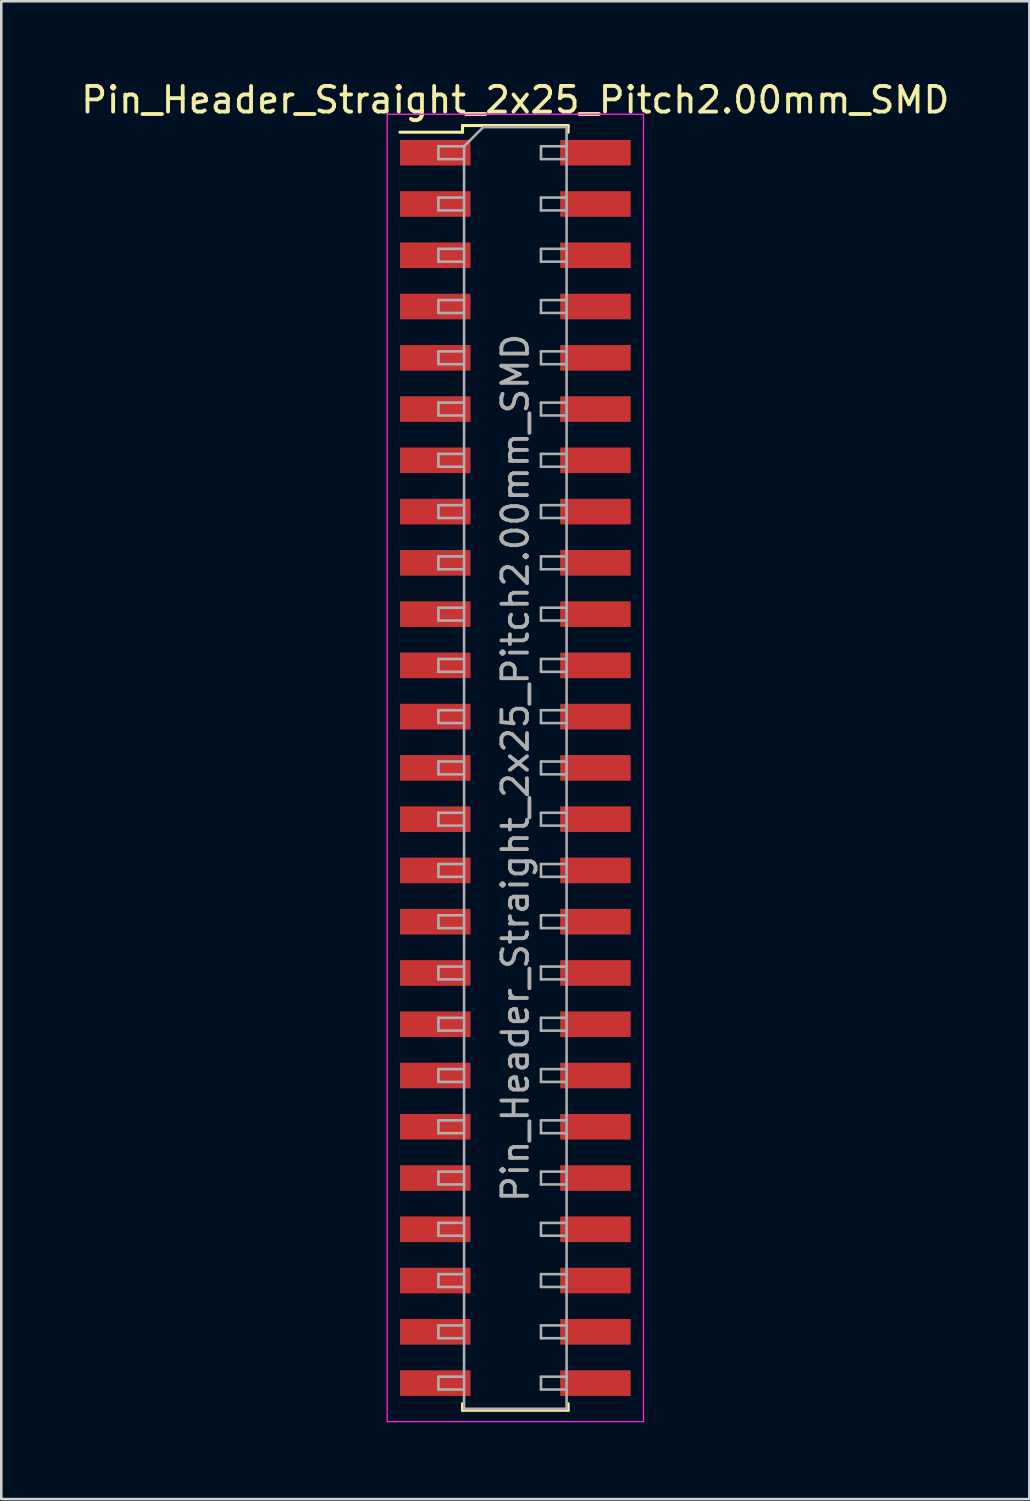
<source format=kicad_pcb>
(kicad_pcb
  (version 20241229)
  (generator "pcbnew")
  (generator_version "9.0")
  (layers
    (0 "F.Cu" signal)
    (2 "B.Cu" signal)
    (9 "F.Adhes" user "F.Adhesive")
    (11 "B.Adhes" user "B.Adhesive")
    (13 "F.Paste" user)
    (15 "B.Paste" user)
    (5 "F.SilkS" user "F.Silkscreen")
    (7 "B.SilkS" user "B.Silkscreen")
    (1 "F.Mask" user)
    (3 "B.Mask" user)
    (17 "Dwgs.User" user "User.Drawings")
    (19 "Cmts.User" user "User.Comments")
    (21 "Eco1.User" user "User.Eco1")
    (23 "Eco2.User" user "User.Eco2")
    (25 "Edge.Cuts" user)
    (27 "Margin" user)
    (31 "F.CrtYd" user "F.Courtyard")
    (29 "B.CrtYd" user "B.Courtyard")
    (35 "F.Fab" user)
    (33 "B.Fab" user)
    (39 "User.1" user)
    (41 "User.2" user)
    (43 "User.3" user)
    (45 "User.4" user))
  (footprint "Pin_Header_Straight_2x25_Pitch2.00mm_SMD"
    (layer "F.Cu")
    (at 17.054 26.908)
    (property "Reference" "Pin_Header_Straight_2x25_Pitch2.00mm_SMD" (at 0 -26.06 0) (layer "F.SilkS") (effects (font (size 1 1) (thickness 0.15))))
    (attr smd)
    (fp_line (start -4.5 -24.8) (end -2.06 -24.8) (stroke (width 0.12) (type solid)) (layer "F.SilkS"))
    (fp_line (start -2.06 -25.06) (end 2.06 -25.06) (stroke (width 0.12) (type solid)) (layer "F.SilkS"))
    (fp_line (start -2.06 -24.8) (end -2.06 -25.06) (stroke (width 0.12) (type solid)) (layer "F.SilkS"))
    (fp_line (start -2.06 24.8) (end -2.06 25.06) (stroke (width 0.12) (type solid)) (layer "F.SilkS"))
    (fp_line (start -2.06 25.06) (end 2.06 25.06) (stroke (width 0.12) (type solid)) (layer "F.SilkS"))
    (fp_line (start 2.06 -25.06) (end 2.06 -24.8) (stroke (width 0.12) (type solid)) (layer "F.SilkS"))
    (fp_line (start 2.06 25.06) (end 2.06 24.8) (stroke (width 0.12) (type solid)) (layer "F.SilkS"))
    (fp_line (start -5 -25.5) (end -5 25.5) (stroke (width 0.05) (type solid)) (layer "F.CrtYd"))
    (fp_line (start -5 25.5) (end 5 25.5) (stroke (width 0.05) (type solid)) (layer "F.CrtYd"))
    (fp_line (start 5 -25.5) (end -5 -25.5) (stroke (width 0.05) (type solid)) (layer "F.CrtYd"))
    (fp_line (start 5 25.5) (end 5 -25.5) (stroke (width 0.05) (type solid)) (layer "F.CrtYd"))
    (fp_line (start -3 -24.25) (end -3 -23.75) (stroke (width 0.1) (type solid)) (layer "F.Fab"))
    (fp_line (start -3 -23.75) (end -2 -23.75) (stroke (width 0.1) (type solid)) (layer "F.Fab"))
    (fp_line (start -3 -22.25) (end -3 -21.75) (stroke (width 0.1) (type solid)) (layer "F.Fab"))
    (fp_line (start -3 -21.75) (end -2 -21.75) (stroke (width 0.1) (type solid)) (layer "F.Fab"))
    (fp_line (start -3 -20.25) (end -3 -19.75) (stroke (width 0.1) (type solid)) (layer "F.Fab"))
    (fp_line (start -3 -19.75) (end -2 -19.75) (stroke (width 0.1) (type solid)) (layer "F.Fab"))
    (fp_line (start -3 -18.25) (end -3 -17.75) (stroke (width 0.1) (type solid)) (layer "F.Fab"))
    (fp_line (start -3 -17.75) (end -2 -17.75) (stroke (width 0.1) (type solid)) (layer "F.Fab"))
    (fp_line (start -3 -16.25) (end -3 -15.75) (stroke (width 0.1) (type solid)) (layer "F.Fab"))
    (fp_line (start -3 -15.75) (end -2 -15.75) (stroke (width 0.1) (type solid)) (layer "F.Fab"))
    (fp_line (start -3 -14.25) (end -3 -13.75) (stroke (width 0.1) (type solid)) (layer "F.Fab"))
    (fp_line (start -3 -13.75) (end -2 -13.75) (stroke (width 0.1) (type solid)) (layer "F.Fab"))
    (fp_line (start -3 -12.25) (end -3 -11.75) (stroke (width 0.1) (type solid)) (layer "F.Fab"))
    (fp_line (start -3 -11.75) (end -2 -11.75) (stroke (width 0.1) (type solid)) (layer "F.Fab"))
    (fp_line (start -3 -10.25) (end -3 -9.75) (stroke (width 0.1) (type solid)) (layer "F.Fab"))
    (fp_line (start -3 -9.75) (end -2 -9.75) (stroke (width 0.1) (type solid)) (layer "F.Fab"))
    (fp_line (start -3 -8.25) (end -3 -7.75) (stroke (width 0.1) (type solid)) (layer "F.Fab"))
    (fp_line (start -3 -7.75) (end -2 -7.75) (stroke (width 0.1) (type solid)) (layer "F.Fab"))
    (fp_line (start -3 -6.25) (end -3 -5.75) (stroke (width 0.1) (type solid)) (layer "F.Fab"))
    (fp_line (start -3 -5.75) (end -2 -5.75) (stroke (width 0.1) (type solid)) (layer "F.Fab"))
    (fp_line (start -3 -4.25) (end -3 -3.75) (stroke (width 0.1) (type solid)) (layer "F.Fab"))
    (fp_line (start -3 -3.75) (end -2 -3.75) (stroke (width 0.1) (type solid)) (layer "F.Fab"))
    (fp_line (start -3 -2.25) (end -3 -1.75) (stroke (width 0.1) (type solid)) (layer "F.Fab"))
    (fp_line (start -3 -1.75) (end -2 -1.75) (stroke (width 0.1) (type solid)) (layer "F.Fab"))
    (fp_line (start -3 -0.25) (end -3 0.25) (stroke (width 0.1) (type solid)) (layer "F.Fab"))
    (fp_line (start -3 0.25) (end -2 0.25) (stroke (width 0.1) (type solid)) (layer "F.Fab"))
    (fp_line (start -3 1.75) (end -3 2.25) (stroke (width 0.1) (type solid)) (layer "F.Fab"))
    (fp_line (start -3 2.25) (end -2 2.25) (stroke (width 0.1) (type solid)) (layer "F.Fab"))
    (fp_line (start -3 3.75) (end -3 4.25) (stroke (width 0.1) (type solid)) (layer "F.Fab"))
    (fp_line (start -3 4.25) (end -2 4.25) (stroke (width 0.1) (type solid)) (layer "F.Fab"))
    (fp_line (start -3 5.75) (end -3 6.25) (stroke (width 0.1) (type solid)) (layer "F.Fab"))
    (fp_line (start -3 6.25) (end -2 6.25) (stroke (width 0.1) (type solid)) (layer "F.Fab"))
    (fp_line (start -3 7.75) (end -3 8.25) (stroke (width 0.1) (type solid)) (layer "F.Fab"))
    (fp_line (start -3 8.25) (end -2 8.25) (stroke (width 0.1) (type solid)) (layer "F.Fab"))
    (fp_line (start -3 9.75) (end -3 10.25) (stroke (width 0.1) (type solid)) (layer "F.Fab"))
    (fp_line (start -3 10.25) (end -2 10.25) (stroke (width 0.1) (type solid)) (layer "F.Fab"))
    (fp_line (start -3 11.75) (end -3 12.25) (stroke (width 0.1) (type solid)) (layer "F.Fab"))
    (fp_line (start -3 12.25) (end -2 12.25) (stroke (width 0.1) (type solid)) (layer "F.Fab"))
    (fp_line (start -3 13.75) (end -3 14.25) (stroke (width 0.1) (type solid)) (layer "F.Fab"))
    (fp_line (start -3 14.25) (end -2 14.25) (stroke (width 0.1) (type solid)) (layer "F.Fab"))
    (fp_line (start -3 15.75) (end -3 16.25) (stroke (width 0.1) (type solid)) (layer "F.Fab"))
    (fp_line (start -3 16.25) (end -2 16.25) (stroke (width 0.1) (type solid)) (layer "F.Fab"))
    (fp_line (start -3 17.75) (end -3 18.25) (stroke (width 0.1) (type solid)) (layer "F.Fab"))
    (fp_line (start -3 18.25) (end -2 18.25) (stroke (width 0.1) (type solid)) (layer "F.Fab"))
    (fp_line (start -3 19.75) (end -3 20.25) (stroke (width 0.1) (type solid)) (layer "F.Fab"))
    (fp_line (start -3 20.25) (end -2 20.25) (stroke (width 0.1) (type solid)) (layer "F.Fab"))
    (fp_line (start -3 21.75) (end -3 22.25) (stroke (width 0.1) (type solid)) (layer "F.Fab"))
    (fp_line (start -3 22.25) (end -2 22.25) (stroke (width 0.1) (type solid)) (layer "F.Fab"))
    (fp_line (start -3 23.75) (end -3 24.25) (stroke (width 0.1) (type solid)) (layer "F.Fab"))
    (fp_line (start -3 24.25) (end -2 24.25) (stroke (width 0.1) (type solid)) (layer "F.Fab"))
    (fp_line (start -2 -24.25) (end -3 -24.25) (stroke (width 0.1) (type solid)) (layer "F.Fab"))
    (fp_line (start -2 -24.25) (end -1.25 -25) (stroke (width 0.1) (type solid)) (layer "F.Fab"))
    (fp_line (start -2 -22.25) (end -3 -22.25) (stroke (width 0.1) (type solid)) (layer "F.Fab"))
    (fp_line (start -2 -20.25) (end -3 -20.25) (stroke (width 0.1) (type solid)) (layer "F.Fab"))
    (fp_line (start -2 -18.25) (end -3 -18.25) (stroke (width 0.1) (type solid)) (layer "F.Fab"))
    (fp_line (start -2 -16.25) (end -3 -16.25) (stroke (width 0.1) (type solid)) (layer "F.Fab"))
    (fp_line (start -2 -14.25) (end -3 -14.25) (stroke (width 0.1) (type solid)) (layer "F.Fab"))
    (fp_line (start -2 -12.25) (end -3 -12.25) (stroke (width 0.1) (type solid)) (layer "F.Fab"))
    (fp_line (start -2 -10.25) (end -3 -10.25) (stroke (width 0.1) (type solid)) (layer "F.Fab"))
    (fp_line (start -2 -8.25) (end -3 -8.25) (stroke (width 0.1) (type solid)) (layer "F.Fab"))
    (fp_line (start -2 -6.25) (end -3 -6.25) (stroke (width 0.1) (type solid)) (layer "F.Fab"))
    (fp_line (start -2 -4.25) (end -3 -4.25) (stroke (width 0.1) (type solid)) (layer "F.Fab"))
    (fp_line (start -2 -2.25) (end -3 -2.25) (stroke (width 0.1) (type solid)) (layer "F.Fab"))
    (fp_line (start -2 -0.25) (end -3 -0.25) (stroke (width 0.1) (type solid)) (layer "F.Fab"))
    (fp_line (start -2 1.75) (end -3 1.75) (stroke (width 0.1) (type solid)) (layer "F.Fab"))
    (fp_line (start -2 3.75) (end -3 3.75) (stroke (width 0.1) (type solid)) (layer "F.Fab"))
    (fp_line (start -2 5.75) (end -3 5.75) (stroke (width 0.1) (type solid)) (layer "F.Fab"))
    (fp_line (start -2 7.75) (end -3 7.75) (stroke (width 0.1) (type solid)) (layer "F.Fab"))
    (fp_line (start -2 9.75) (end -3 9.75) (stroke (width 0.1) (type solid)) (layer "F.Fab"))
    (fp_line (start -2 11.75) (end -3 11.75) (stroke (width 0.1) (type solid)) (layer "F.Fab"))
    (fp_line (start -2 13.75) (end -3 13.75) (stroke (width 0.1) (type solid)) (layer "F.Fab"))
    (fp_line (start -2 15.75) (end -3 15.75) (stroke (width 0.1) (type solid)) (layer "F.Fab"))
    (fp_line (start -2 17.75) (end -3 17.75) (stroke (width 0.1) (type solid)) (layer "F.Fab"))
    (fp_line (start -2 19.75) (end -3 19.75) (stroke (width 0.1) (type solid)) (layer "F.Fab"))
    (fp_line (start -2 21.75) (end -3 21.75) (stroke (width 0.1) (type solid)) (layer "F.Fab"))
    (fp_line (start -2 23.75) (end -3 23.75) (stroke (width 0.1) (type solid)) (layer "F.Fab"))
    (fp_line (start -2 25) (end -2 -24.25) (stroke (width 0.1) (type solid)) (layer "F.Fab"))
    (fp_line (start -1.25 -25) (end 2 -25) (stroke (width 0.1) (type solid)) (layer "F.Fab"))
    (fp_line (start 1 -24.25) (end 1 -23.75) (stroke (width 0.1) (type solid)) (layer "F.Fab"))
    (fp_line (start 1 -23.75) (end 2 -23.75) (stroke (width 0.1) (type solid)) (layer "F.Fab"))
    (fp_line (start 1 -22.25) (end 1 -21.75) (stroke (width 0.1) (type solid)) (layer "F.Fab"))
    (fp_line (start 1 -21.75) (end 2 -21.75) (stroke (width 0.1) (type solid)) (layer "F.Fab"))
    (fp_line (start 1 -20.25) (end 1 -19.75) (stroke (width 0.1) (type solid)) (layer "F.Fab"))
    (fp_line (start 1 -19.75) (end 2 -19.75) (stroke (width 0.1) (type solid)) (layer "F.Fab"))
    (fp_line (start 1 -18.25) (end 1 -17.75) (stroke (width 0.1) (type solid)) (layer "F.Fab"))
    (fp_line (start 1 -17.75) (end 2 -17.75) (stroke (width 0.1) (type solid)) (layer "F.Fab"))
    (fp_line (start 1 -16.25) (end 1 -15.75) (stroke (width 0.1) (type solid)) (layer "F.Fab"))
    (fp_line (start 1 -15.75) (end 2 -15.75) (stroke (width 0.1) (type solid)) (layer "F.Fab"))
    (fp_line (start 1 -14.25) (end 1 -13.75) (stroke (width 0.1) (type solid)) (layer "F.Fab"))
    (fp_line (start 1 -13.75) (end 2 -13.75) (stroke (width 0.1) (type solid)) (layer "F.Fab"))
    (fp_line (start 1 -12.25) (end 1 -11.75) (stroke (width 0.1) (type solid)) (layer "F.Fab"))
    (fp_line (start 1 -11.75) (end 2 -11.75) (stroke (width 0.1) (type solid)) (layer "F.Fab"))
    (fp_line (start 1 -10.25) (end 1 -9.75) (stroke (width 0.1) (type solid)) (layer "F.Fab"))
    (fp_line (start 1 -9.75) (end 2 -9.75) (stroke (width 0.1) (type solid)) (layer "F.Fab"))
    (fp_line (start 1 -8.25) (end 1 -7.75) (stroke (width 0.1) (type solid)) (layer "F.Fab"))
    (fp_line (start 1 -7.75) (end 2 -7.75) (stroke (width 0.1) (type solid)) (layer "F.Fab"))
    (fp_line (start 1 -6.25) (end 1 -5.75) (stroke (width 0.1) (type solid)) (layer "F.Fab"))
    (fp_line (start 1 -5.75) (end 2 -5.75) (stroke (width 0.1) (type solid)) (layer "F.Fab"))
    (fp_line (start 1 -4.25) (end 1 -3.75) (stroke (width 0.1) (type solid)) (layer "F.Fab"))
    (fp_line (start 1 -3.75) (end 2 -3.75) (stroke (width 0.1) (type solid)) (layer "F.Fab"))
    (fp_line (start 1 -2.25) (end 1 -1.75) (stroke (width 0.1) (type solid)) (layer "F.Fab"))
    (fp_line (start 1 -1.75) (end 2 -1.75) (stroke (width 0.1) (type solid)) (layer "F.Fab"))
    (fp_line (start 1 -0.25) (end 1 0.25) (stroke (width 0.1) (type solid)) (layer "F.Fab"))
    (fp_line (start 1 0.25) (end 2 0.25) (stroke (width 0.1) (type solid)) (layer "F.Fab"))
    (fp_line (start 1 1.75) (end 1 2.25) (stroke (width 0.1) (type solid)) (layer "F.Fab"))
    (fp_line (start 1 2.25) (end 2 2.25) (stroke (width 0.1) (type solid)) (layer "F.Fab"))
    (fp_line (start 1 3.75) (end 1 4.25) (stroke (width 0.1) (type solid)) (layer "F.Fab"))
    (fp_line (start 1 4.25) (end 2 4.25) (stroke (width 0.1) (type solid)) (layer "F.Fab"))
    (fp_line (start 1 5.75) (end 1 6.25) (stroke (width 0.1) (type solid)) (layer "F.Fab"))
    (fp_line (start 1 6.25) (end 2 6.25) (stroke (width 0.1) (type solid)) (layer "F.Fab"))
    (fp_line (start 1 7.75) (end 1 8.25) (stroke (width 0.1) (type solid)) (layer "F.Fab"))
    (fp_line (start 1 8.25) (end 2 8.25) (stroke (width 0.1) (type solid)) (layer "F.Fab"))
    (fp_line (start 1 9.75) (end 1 10.25) (stroke (width 0.1) (type solid)) (layer "F.Fab"))
    (fp_line (start 1 10.25) (end 2 10.25) (stroke (width 0.1) (type solid)) (layer "F.Fab"))
    (fp_line (start 1 11.75) (end 1 12.25) (stroke (width 0.1) (type solid)) (layer "F.Fab"))
    (fp_line (start 1 12.25) (end 2 12.25) (stroke (width 0.1) (type solid)) (layer "F.Fab"))
    (fp_line (start 1 13.75) (end 1 14.25) (stroke (width 0.1) (type solid)) (layer "F.Fab"))
    (fp_line (start 1 14.25) (end 2 14.25) (stroke (width 0.1) (type solid)) (layer "F.Fab"))
    (fp_line (start 1 15.75) (end 1 16.25) (stroke (width 0.1) (type solid)) (layer "F.Fab"))
    (fp_line (start 1 16.25) (end 2 16.25) (stroke (width 0.1) (type solid)) (layer "F.Fab"))
    (fp_line (start 1 17.75) (end 1 18.25) (stroke (width 0.1) (type solid)) (layer "F.Fab"))
    (fp_line (start 1 18.25) (end 2 18.25) (stroke (width 0.1) (type solid)) (layer "F.Fab"))
    (fp_line (start 1 19.75) (end 1 20.25) (stroke (width 0.1) (type solid)) (layer "F.Fab"))
    (fp_line (start 1 20.25) (end 2 20.25) (stroke (width 0.1) (type solid)) (layer "F.Fab"))
    (fp_line (start 1 21.75) (end 1 22.25) (stroke (width 0.1) (type solid)) (layer "F.Fab"))
    (fp_line (start 1 22.25) (end 2 22.25) (stroke (width 0.1) (type solid)) (layer "F.Fab"))
    (fp_line (start 1 23.75) (end 1 24.25) (stroke (width 0.1) (type solid)) (layer "F.Fab"))
    (fp_line (start 1 24.25) (end 2 24.25) (stroke (width 0.1) (type solid)) (layer "F.Fab"))
    (fp_line (start 2 -25) (end 2 25) (stroke (width 0.1) (type solid)) (layer "F.Fab"))
    (fp_line (start 2 -24.25) (end 1 -24.25) (stroke (width 0.1) (type solid)) (layer "F.Fab"))
    (fp_line (start 2 -22.25) (end 1 -22.25) (stroke (width 0.1) (type solid)) (layer "F.Fab"))
    (fp_line (start 2 -20.25) (end 1 -20.25) (stroke (width 0.1) (type solid)) (layer "F.Fab"))
    (fp_line (start 2 -18.25) (end 1 -18.25) (stroke (width 0.1) (type solid)) (layer "F.Fab"))
    (fp_line (start 2 -16.25) (end 1 -16.25) (stroke (width 0.1) (type solid)) (layer "F.Fab"))
    (fp_line (start 2 -14.25) (end 1 -14.25) (stroke (width 0.1) (type solid)) (layer "F.Fab"))
    (fp_line (start 2 -12.25) (end 1 -12.25) (stroke (width 0.1) (type solid)) (layer "F.Fab"))
    (fp_line (start 2 -10.25) (end 1 -10.25) (stroke (width 0.1) (type solid)) (layer "F.Fab"))
    (fp_line (start 2 -8.25) (end 1 -8.25) (stroke (width 0.1) (type solid)) (layer "F.Fab"))
    (fp_line (start 2 -6.25) (end 1 -6.25) (stroke (width 0.1) (type solid)) (layer "F.Fab"))
    (fp_line (start 2 -4.25) (end 1 -4.25) (stroke (width 0.1) (type solid)) (layer "F.Fab"))
    (fp_line (start 2 -2.25) (end 1 -2.25) (stroke (width 0.1) (type solid)) (layer "F.Fab"))
    (fp_line (start 2 -0.25) (end 1 -0.25) (stroke (width 0.1) (type solid)) (layer "F.Fab"))
    (fp_line (start 2 1.75) (end 1 1.75) (stroke (width 0.1) (type solid)) (layer "F.Fab"))
    (fp_line (start 2 3.75) (end 1 3.75) (stroke (width 0.1) (type solid)) (layer "F.Fab"))
    (fp_line (start 2 5.75) (end 1 5.75) (stroke (width 0.1) (type solid)) (layer "F.Fab"))
    (fp_line (start 2 7.75) (end 1 7.75) (stroke (width 0.1) (type solid)) (layer "F.Fab"))
    (fp_line (start 2 9.75) (end 1 9.75) (stroke (width 0.1) (type solid)) (layer "F.Fab"))
    (fp_line (start 2 11.75) (end 1 11.75) (stroke (width 0.1) (type solid)) (layer "F.Fab"))
    (fp_line (start 2 13.75) (end 1 13.75) (stroke (width 0.1) (type solid)) (layer "F.Fab"))
    (fp_line (start 2 15.75) (end 1 15.75) (stroke (width 0.1) (type solid)) (layer "F.Fab"))
    (fp_line (start 2 17.75) (end 1 17.75) (stroke (width 0.1) (type solid)) (layer "F.Fab"))
    (fp_line (start 2 19.75) (end 1 19.75) (stroke (width 0.1) (type solid)) (layer "F.Fab"))
    (fp_line (start 2 21.75) (end 1 21.75) (stroke (width 0.1) (type solid)) (layer "F.Fab"))
    (fp_line (start 2 23.75) (end 1 23.75) (stroke (width 0.1) (type solid)) (layer "F.Fab"))
    (fp_line (start 2 25) (end -2 25) (stroke (width 0.1) (type solid)) (layer "F.Fab"))
    (fp_text user "${REFERENCE}" (at 0 0 90) (layer "F.Fab") (effects (font (size 1 1) (thickness 0.15))))
    (pad "1" smd rect (at -3.125 -24) (size 2.75 1) (layers "F.Cu" "F.Mask" "F.Paste"))
    (pad "2" smd rect (at 3.125 -24) (size 2.75 1) (layers "F.Cu" "F.Mask" "F.Paste"))
    (pad "3" smd rect (at -3.125 -22) (size 2.75 1) (layers "F.Cu" "F.Mask" "F.Paste"))
    (pad "4" smd rect (at 3.125 -22) (size 2.75 1) (layers "F.Cu" "F.Mask" "F.Paste"))
    (pad "5" smd rect (at -3.125 -20) (size 2.75 1) (layers "F.Cu" "F.Mask" "F.Paste"))
    (pad "6" smd rect (at 3.125 -20) (size 2.75 1) (layers "F.Cu" "F.Mask" "F.Paste"))
    (pad "7" smd rect (at -3.125 -18) (size 2.75 1) (layers "F.Cu" "F.Mask" "F.Paste"))
    (pad "8" smd rect (at 3.125 -18) (size 2.75 1) (layers "F.Cu" "F.Mask" "F.Paste"))
    (pad "9" smd rect (at -3.125 -16) (size 2.75 1) (layers "F.Cu" "F.Mask" "F.Paste"))
    (pad "10" smd rect (at 3.125 -16) (size 2.75 1) (layers "F.Cu" "F.Mask" "F.Paste"))
    (pad "11" smd rect (at -3.125 -14) (size 2.75 1) (layers "F.Cu" "F.Mask" "F.Paste"))
    (pad "12" smd rect (at 3.125 -14) (size 2.75 1) (layers "F.Cu" "F.Mask" "F.Paste"))
    (pad "13" smd rect (at -3.125 -12) (size 2.75 1) (layers "F.Cu" "F.Mask" "F.Paste"))
    (pad "14" smd rect (at 3.125 -12) (size 2.75 1) (layers "F.Cu" "F.Mask" "F.Paste"))
    (pad "15" smd rect (at -3.125 -10) (size 2.75 1) (layers "F.Cu" "F.Mask" "F.Paste"))
    (pad "16" smd rect (at 3.125 -10) (size 2.75 1) (layers "F.Cu" "F.Mask" "F.Paste"))
    (pad "17" smd rect (at -3.125 -8) (size 2.75 1) (layers "F.Cu" "F.Mask" "F.Paste"))
    (pad "18" smd rect (at 3.125 -8) (size 2.75 1) (layers "F.Cu" "F.Mask" "F.Paste"))
    (pad "19" smd rect (at -3.125 -6) (size 2.75 1) (layers "F.Cu" "F.Mask" "F.Paste"))
    (pad "20" smd rect (at 3.125 -6) (size 2.75 1) (layers "F.Cu" "F.Mask" "F.Paste"))
    (pad "21" smd rect (at -3.125 -4) (size 2.75 1) (layers "F.Cu" "F.Mask" "F.Paste"))
    (pad "22" smd rect (at 3.125 -4) (size 2.75 1) (layers "F.Cu" "F.Mask" "F.Paste"))
    (pad "23" smd rect (at -3.125 -2) (size 2.75 1) (layers "F.Cu" "F.Mask" "F.Paste"))
    (pad "24" smd rect (at 3.125 -2) (size 2.75 1) (layers "F.Cu" "F.Mask" "F.Paste"))
    (pad "25" smd rect (at -3.125 0) (size 2.75 1) (layers "F.Cu" "F.Mask" "F.Paste"))
    (pad "26" smd rect (at 3.125 0) (size 2.75 1) (layers "F.Cu" "F.Mask" "F.Paste"))
    (pad "27" smd rect (at -3.125 2) (size 2.75 1) (layers "F.Cu" "F.Mask" "F.Paste"))
    (pad "28" smd rect (at 3.125 2) (size 2.75 1) (layers "F.Cu" "F.Mask" "F.Paste"))
    (pad "29" smd rect (at -3.125 4) (size 2.75 1) (layers "F.Cu" "F.Mask" "F.Paste"))
    (pad "30" smd rect (at 3.125 4) (size 2.75 1) (layers "F.Cu" "F.Mask" "F.Paste"))
    (pad "31" smd rect (at -3.125 6) (size 2.75 1) (layers "F.Cu" "F.Mask" "F.Paste"))
    (pad "32" smd rect (at 3.125 6) (size 2.75 1) (layers "F.Cu" "F.Mask" "F.Paste"))
    (pad "33" smd rect (at -3.125 8) (size 2.75 1) (layers "F.Cu" "F.Mask" "F.Paste"))
    (pad "34" smd rect (at 3.125 8) (size 2.75 1) (layers "F.Cu" "F.Mask" "F.Paste"))
    (pad "35" smd rect (at -3.125 10) (size 2.75 1) (layers "F.Cu" "F.Mask" "F.Paste"))
    (pad "36" smd rect (at 3.125 10) (size 2.75 1) (layers "F.Cu" "F.Mask" "F.Paste"))
    (pad "37" smd rect (at -3.125 12) (size 2.75 1) (layers "F.Cu" "F.Mask" "F.Paste"))
    (pad "38" smd rect (at 3.125 12) (size 2.75 1) (layers "F.Cu" "F.Mask" "F.Paste"))
    (pad "39" smd rect (at -3.125 14) (size 2.75 1) (layers "F.Cu" "F.Mask" "F.Paste"))
    (pad "40" smd rect (at 3.125 14) (size 2.75 1) (layers "F.Cu" "F.Mask" "F.Paste"))
    (pad "41" smd rect (at -3.125 16) (size 2.75 1) (layers "F.Cu" "F.Mask" "F.Paste"))
    (pad "42" smd rect (at 3.125 16) (size 2.75 1) (layers "F.Cu" "F.Mask" "F.Paste"))
    (pad "43" smd rect (at -3.125 18) (size 2.75 1) (layers "F.Cu" "F.Mask" "F.Paste"))
    (pad "44" smd rect (at 3.125 18) (size 2.75 1) (layers "F.Cu" "F.Mask" "F.Paste"))
    (pad "45" smd rect (at -3.125 20) (size 2.75 1) (layers "F.Cu" "F.Mask" "F.Paste"))
    (pad "46" smd rect (at 3.125 20) (size 2.75 1) (layers "F.Cu" "F.Mask" "F.Paste"))
    (pad "47" smd rect (at -3.125 22) (size 2.75 1) (layers "F.Cu" "F.Mask" "F.Paste"))
    (pad "48" smd rect (at 3.125 22) (size 2.75 1) (layers "F.Cu" "F.Mask" "F.Paste"))
    (pad "49" smd rect (at -3.125 24) (size 2.75 1) (layers "F.Cu" "F.Mask" "F.Paste"))
    (pad "50" smd rect (at 3.125 24) (size 2.75 1) (layers "F.Cu" "F.Mask" "F.Paste")))
  (gr_rect
    (start -3 -3)
    (end 37.107 55.433)
    (stroke (width 0.1) (type default))
    (fill no)
    (layer "Edge.Cuts")))
</source>
